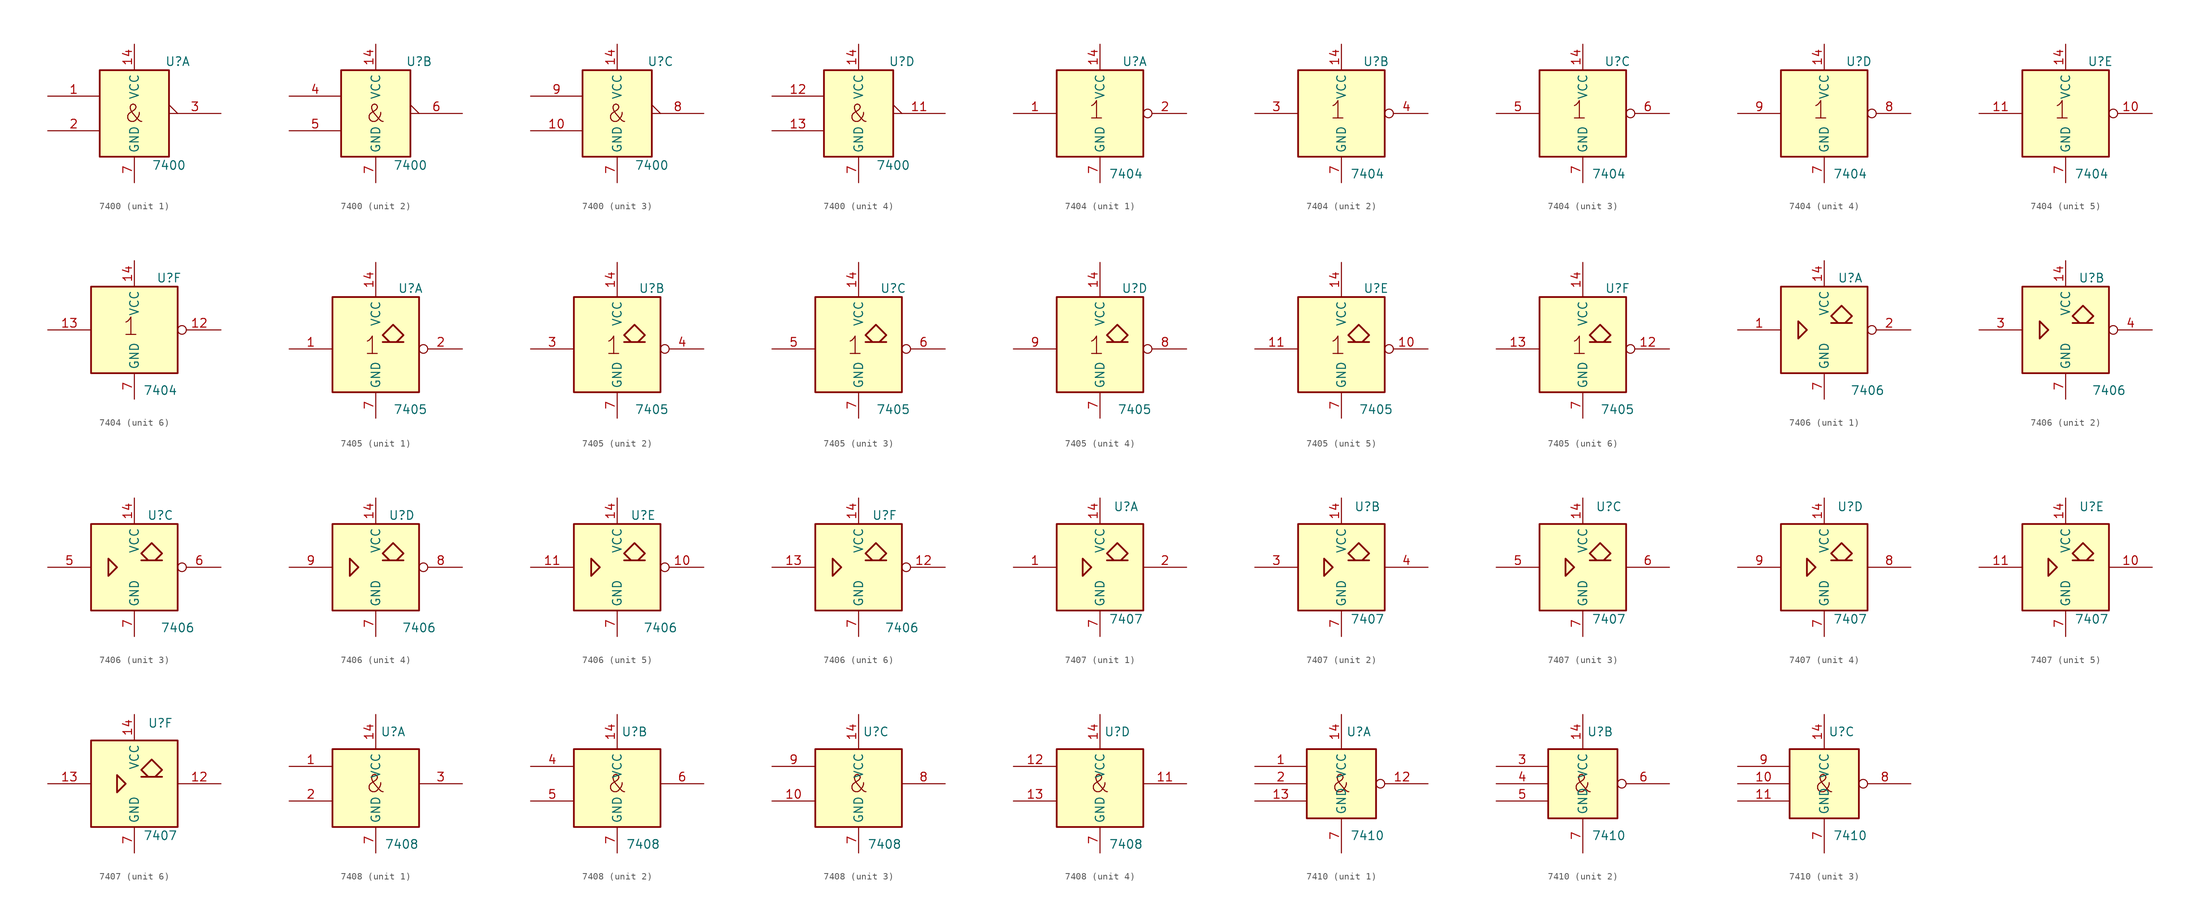
<source format=kicad_sym>
(kicad_symbol_lib
  (version 20241209)
  (generator "kicad_symbol_editor")
  (generator_version "9.0")
  (symbol "7400"
    (property "Reference" "U"
      (at 6.35 7.62 0)
      (effects (font (size 1.27 1.27))))
    (property "Value" "7400"
      (at 5.08 -7.62 0)
      (effects (font (size 1.27 1.27))))
    (symbol "7400_0_0"
      (text "&" (at 0 0 0) (effects (font (size 2.54 2.54)))))
    (symbol "7400_0_1"
      (rectangle (start -5.08 6.35) (end 5.08 -6.35) (stroke (width 0.254) (type default)) (fill (type background)))
      (pin power_in line (at 0 10.16 270) (length 3.81) (name "VCC" (effects (font (size 1.27 1.27)))) (number "14" (effects (font (size 1.27 1.27)))))
      (pin power_in line (at 0 -10.16 90) (length 3.81) (name "GND" (effects (font (size 1.27 1.27)))) (number "7" (effects (font (size 1.27 1.27))))))
    (symbol "7400_1_1"
      (pin input line (at -12.7 2.54 0) (length 7.62) (name "~" (effects (font (size 1.27 1.27)))) (number "1" (effects (font (size 1.27 1.27)))))
      (pin input line (at -12.7 -2.54 0) (length 7.62) (name "~" (effects (font (size 1.27 1.27)))) (number "2" (effects (font (size 1.27 1.27)))))
      (pin output output_low (at 12.7 0 180) (length 7.62) (name "~" (effects (font (size 1.27 1.27)))) (number "3" (effects (font (size 1.27 1.27))))))
    (symbol "7400_2_1"
      (pin input line (at -12.7 2.54 0) (length 7.62) (name "~" (effects (font (size 1.27 1.27)))) (number "4" (effects (font (size 1.27 1.27)))))
      (pin input line (at -12.7 -2.54 0) (length 7.62) (name "~" (effects (font (size 1.27 1.27)))) (number "5" (effects (font (size 1.27 1.27)))))
      (pin output output_low (at 12.7 0 180) (length 7.62) (name "~" (effects (font (size 1.27 1.27)))) (number "6" (effects (font (size 1.27 1.27))))))
    (symbol "7400_3_1"
      (pin input line (at -12.7 2.54 0) (length 7.62) (name "~" (effects (font (size 1.27 1.27)))) (number "9" (effects (font (size 1.27 1.27)))))
      (pin input line (at -12.7 -2.54 0) (length 7.62) (name "~" (effects (font (size 1.27 1.27)))) (number "10" (effects (font (size 1.27 1.27)))))
      (pin output output_low (at 12.7 0 180) (length 7.62) (name "~" (effects (font (size 1.27 1.27)))) (number "8" (effects (font (size 1.27 1.27))))))
    (symbol "7400_4_1"
      (pin input line (at -12.7 2.54 0) (length 7.62) (name "~" (effects (font (size 1.27 1.27)))) (number "12" (effects (font (size 1.27 1.27)))))
      (pin input line (at -12.7 -2.54 0) (length 7.62) (name "~" (effects (font (size 1.27 1.27)))) (number "13" (effects (font (size 1.27 1.27)))))
      (pin output output_low (at 12.7 0 180) (length 7.62) (name "~" (effects (font (size 1.27 1.27)))) (number "11" (effects (font (size 1.27 1.27)))))))
  (symbol "7404"
    (property "Reference" "U"
      (at 5.08 7.62 0)
      (effects (font (size 1.27 1.27))))
    (property "Value" "7404"
      (at 3.81 -8.89 0)
      (effects (font (size 1.27 1.27))))
    (symbol "7404_0_0"
      (text "1" (at -0.508 0.508 0) (effects (font (size 2.54 2.54)))))
    (symbol "7404_0_1"
      (rectangle (start -6.35 6.35) (end 6.35 -6.35) (stroke (width 0.254) (type default)) (fill (type background)))
      (pin power_in line (at 0 10.16 270) (length 3.81) (name "VCC" (effects (font (size 1.27 1.27)))) (number "14" (effects (font (size 1.27 1.27)))))
      (pin power_in line (at 0 -10.16 90) (length 3.81) (name "GND" (effects (font (size 1.27 1.27)))) (number "7" (effects (font (size 1.27 1.27))))))
    (symbol "7404_1_1"
      (pin input line (at -12.7 0 0) (length 6.35) (name "~" (effects (font (size 1.27 1.27)))) (number "1" (effects (font (size 1.27 1.27)))))
      (pin input inverted (at 12.7 0 180) (length 6.35) (name "~" (effects (font (size 1.27 1.27)))) (number "2" (effects (font (size 1.27 1.27))))))
    (symbol "7404_2_1"
      (pin input line (at -12.7 0 0) (length 6.35) (name "~" (effects (font (size 1.27 1.27)))) (number "3" (effects (font (size 1.27 1.27)))))
      (pin input inverted (at 12.7 0 180) (length 6.35) (name "~" (effects (font (size 1.27 1.27)))) (number "4" (effects (font (size 1.27 1.27))))))
    (symbol "7404_3_1"
      (pin input line (at -12.7 0 0) (length 6.35) (name "~" (effects (font (size 1.27 1.27)))) (number "5" (effects (font (size 1.27 1.27)))))
      (pin input inverted (at 12.7 0 180) (length 6.35) (name "~" (effects (font (size 1.27 1.27)))) (number "6" (effects (font (size 1.27 1.27))))))
    (symbol "7404_4_1"
      (pin input line (at -12.7 0 0) (length 6.35) (name "~" (effects (font (size 1.27 1.27)))) (number "9" (effects (font (size 1.27 1.27)))))
      (pin input inverted (at 12.7 0 180) (length 6.35) (name "~" (effects (font (size 1.27 1.27)))) (number "8" (effects (font (size 1.27 1.27))))))
    (symbol "7404_5_1"
      (pin input line (at -12.7 0 0) (length 6.35) (name "~" (effects (font (size 1.27 1.27)))) (number "11" (effects (font (size 1.27 1.27)))))
      (pin input inverted (at 12.7 0 180) (length 6.35) (name "~" (effects (font (size 1.27 1.27)))) (number "10" (effects (font (size 1.27 1.27))))))
    (symbol "7404_6_1"
      (pin input line (at -12.7 0 0) (length 6.35) (name "~" (effects (font (size 1.27 1.27)))) (number "13" (effects (font (size 1.27 1.27)))))
      (pin input inverted (at 12.7 0 180) (length 6.35) (name "~" (effects (font (size 1.27 1.27)))) (number "12" (effects (font (size 1.27 1.27)))))))
  (symbol "7405"
    (property "Reference" "U"
      (at 5.08 8.89 0)
      (effects (font (size 1.27 1.27))))
    (property "Value" "7405"
      (at 5.08 -8.89 0)
      (effects (font (size 1.27 1.27))))
    (symbol "7405_0_0"
      (text "1" (at -0.508 0.508 0) (effects (font (size 2.54 2.54)))))
    (symbol "7405_0_1"
      (rectangle (start -6.35 7.62) (end 6.35 -6.35) (stroke (width 0.254) (type default)) (fill (type background)))
      (polyline (pts (xy 3.048 1.016) (xy 4.064 2.032) (xy 2.54 3.556) (xy 1.016 2.032) (xy 2.032 1.016) (xy 1.016 1.016) (xy 4.064 1.016) (xy 4.064 1.016)) (stroke (width 0.254) (type default)) (fill (type background)))
      (pin power_in line (at 0 12.7 270) (length 5.08) (name "VCC" (effects (font (size 1.27 1.27)))) (number "14" (effects (font (size 1.27 1.27)))))
      (pin power_in line (at 0 -10.16 90) (length 3.81) (name "GND" (effects (font (size 1.27 1.27)))) (number "7" (effects (font (size 1.27 1.27))))))
    (symbol "7405_1_1"
      (pin input line (at -12.7 0 0) (length 6.35) (name "~" (effects (font (size 1.27 1.27)))) (number "1" (effects (font (size 1.27 1.27)))))
      (pin open_collector inverted (at 12.7 0 180) (length 6.35) (name "~" (effects (font (size 1.27 1.27)))) (number "2" (effects (font (size 1.27 1.27))))))
    (symbol "7405_2_1"
      (pin input line (at -12.7 0 0) (length 6.35) (name "~" (effects (font (size 1.27 1.27)))) (number "3" (effects (font (size 1.27 1.27)))))
      (pin open_collector inverted (at 12.7 0 180) (length 6.35) (name "~" (effects (font (size 1.27 1.27)))) (number "4" (effects (font (size 1.27 1.27))))))
    (symbol "7405_3_1"
      (pin input line (at -12.7 0 0) (length 6.35) (name "~" (effects (font (size 1.27 1.27)))) (number "5" (effects (font (size 1.27 1.27)))))
      (pin open_collector inverted (at 12.7 0 180) (length 6.35) (name "~" (effects (font (size 1.27 1.27)))) (number "6" (effects (font (size 1.27 1.27))))))
    (symbol "7405_4_1"
      (pin input line (at -12.7 0 0) (length 6.35) (name "~" (effects (font (size 1.27 1.27)))) (number "9" (effects (font (size 1.27 1.27)))))
      (pin open_collector inverted (at 12.7 0 180) (length 6.35) (name "~" (effects (font (size 1.27 1.27)))) (number "8" (effects (font (size 1.27 1.27))))))
    (symbol "7405_5_1"
      (pin input line (at -12.7 0 0) (length 6.35) (name "~" (effects (font (size 1.27 1.27)))) (number "11" (effects (font (size 1.27 1.27)))))
      (pin open_collector inverted (at 12.7 0 180) (length 6.35) (name "~" (effects (font (size 1.27 1.27)))) (number "10" (effects (font (size 1.27 1.27))))))
    (symbol "7405_6_1"
      (pin input line (at -12.7 0 0) (length 6.35) (name "~" (effects (font (size 1.27 1.27)))) (number "13" (effects (font (size 1.27 1.27)))))
      (pin open_collector inverted (at 12.7 0 180) (length 6.35) (name "~" (effects (font (size 1.27 1.27)))) (number "12" (effects (font (size 1.27 1.27)))))))
  (symbol "7406"
    (property "Reference" "U"
      (at 3.81 7.62 0)
      (effects (font (size 1.27 1.27))))
    (property "Value" "7406"
      (at 6.35 -8.89 0)
      (effects (font (size 1.27 1.27))))
    (symbol "7406_0_0"
      (polyline (pts (xy -3.81 1.27) (xy -3.81 -1.27) (xy -2.54 0) (xy -3.81 1.27) (xy -3.81 1.27)) (stroke (width 0.254) (type default)) (fill (type background)))
      (polyline (pts (xy 3.048 1.016) (xy 4.064 2.032) (xy 2.54 3.556) (xy 1.016 2.032) (xy 2.032 1.016) (xy 1.016 1.016) (xy 4.064 1.016) (xy 4.064 1.016)) (stroke (width 0.254) (type default)) (fill (type background))))
    (symbol "7406_0_1"
      (rectangle (start -6.35 6.35) (end 6.35 -6.35) (stroke (width 0.254) (type default)) (fill (type background)))
      (pin power_in line (at 0 10.16 270) (length 3.81) (name "VCC" (effects (font (size 1.27 1.27)))) (number "14" (effects (font (size 1.27 1.27)))))
      (pin power_in line (at 0 -10.16 90) (length 3.81) (name "GND" (effects (font (size 1.27 1.27)))) (number "7" (effects (font (size 1.27 1.27))))))
    (symbol "7406_1_1"
      (pin input line (at -12.7 0 0) (length 6.35) (name "~" (effects (font (size 1.27 1.27)))) (number "1" (effects (font (size 1.27 1.27)))))
      (pin open_collector inverted (at 12.7 0 180) (length 6.35) (name "~" (effects (font (size 1.27 1.27)))) (number "2" (effects (font (size 1.27 1.27))))))
    (symbol "7406_2_1"
      (pin input line (at -12.7 0 0) (length 6.35) (name "~" (effects (font (size 1.27 1.27)))) (number "3" (effects (font (size 1.27 1.27)))))
      (pin open_collector inverted (at 12.7 0 180) (length 6.35) (name "~" (effects (font (size 1.27 1.27)))) (number "4" (effects (font (size 1.27 1.27))))))
    (symbol "7406_3_1"
      (pin input line (at -12.7 0 0) (length 6.35) (name "~" (effects (font (size 1.27 1.27)))) (number "5" (effects (font (size 1.27 1.27)))))
      (pin open_collector inverted (at 12.7 0 180) (length 6.35) (name "~" (effects (font (size 1.27 1.27)))) (number "6" (effects (font (size 1.27 1.27))))))
    (symbol "7406_4_1"
      (pin input line (at -12.7 0 0) (length 6.35) (name "~" (effects (font (size 1.27 1.27)))) (number "9" (effects (font (size 1.27 1.27)))))
      (pin open_collector inverted (at 12.7 0 180) (length 6.35) (name "~" (effects (font (size 1.27 1.27)))) (number "8" (effects (font (size 1.27 1.27))))))
    (symbol "7406_5_1"
      (pin input line (at -12.7 0 0) (length 6.35) (name "~" (effects (font (size 1.27 1.27)))) (number "11" (effects (font (size 1.27 1.27)))))
      (pin open_collector inverted (at 12.7 0 180) (length 6.35) (name "~" (effects (font (size 1.27 1.27)))) (number "10" (effects (font (size 1.27 1.27))))))
    (symbol "7406_6_1"
      (pin input line (at -12.7 0 0) (length 6.35) (name "~" (effects (font (size 1.27 1.27)))) (number "13" (effects (font (size 1.27 1.27)))))
      (pin open_collector inverted (at 12.7 0 180) (length 6.35) (name "~" (effects (font (size 1.27 1.27)))) (number "12" (effects (font (size 1.27 1.27)))))))
  (symbol "7407"
    (property "Reference" "U"
      (at 3.81 8.89 0)
      (effects (font (size 1.27 1.27))))
    (property "Value" "7407"
      (at 3.81 -7.62 0)
      (effects (font (size 1.27 1.27))))
    (symbol "7407_0_1"
      (rectangle (start -6.35 6.35) (end 6.35 -6.35) (stroke (width 0.254) (type default)) (fill (type background)))
      (polyline (pts (xy -2.54 1.27) (xy -2.54 -1.27) (xy -1.27 0) (xy -2.54 1.27) (xy -2.54 1.27)) (stroke (width 0.254) (type default)) (fill (type background)))
      (polyline (pts (xy 3.048 1.016) (xy 4.064 2.032) (xy 2.54 3.556) (xy 1.016 2.032) (xy 2.032 1.016) (xy 1.016 1.016) (xy 4.064 1.016) (xy 4.064 1.016)) (stroke (width 0.254) (type default)) (fill (type background)))
      (pin power_in line (at 0 10.16 270) (length 3.81) (name "VCC" (effects (font (size 1.27 1.27)))) (number "14" (effects (font (size 1.27 1.27)))))
      (pin power_in line (at 0 -10.16 90) (length 3.81) (name "GND" (effects (font (size 1.27 1.27)))) (number "7" (effects (font (size 1.27 1.27))))))
    (symbol "7407_1_1"
      (pin input line (at -12.7 0 0) (length 6.35) (name "~" (effects (font (size 1.27 1.27)))) (number "1" (effects (font (size 1.27 1.27)))))
      (pin open_collector line (at 12.7 0 180) (length 6.35) (name "~" (effects (font (size 1.27 1.27)))) (number "2" (effects (font (size 1.27 1.27))))))
    (symbol "7407_2_1"
      (pin input line (at -12.7 0 0) (length 6.35) (name "~" (effects (font (size 1.27 1.27)))) (number "3" (effects (font (size 1.27 1.27)))))
      (pin open_collector line (at 12.7 0 180) (length 6.35) (name "~" (effects (font (size 1.27 1.27)))) (number "4" (effects (font (size 1.27 1.27))))))
    (symbol "7407_3_1"
      (pin input line (at -12.7 0 0) (length 6.35) (name "~" (effects (font (size 1.27 1.27)))) (number "5" (effects (font (size 1.27 1.27)))))
      (pin open_collector line (at 12.7 0 180) (length 6.35) (name "~" (effects (font (size 1.27 1.27)))) (number "6" (effects (font (size 1.27 1.27))))))
    (symbol "7407_4_1"
      (pin input line (at -12.7 0 0) (length 6.35) (name "~" (effects (font (size 1.27 1.27)))) (number "9" (effects (font (size 1.27 1.27)))))
      (pin open_collector line (at 12.7 0 180) (length 6.35) (name "~" (effects (font (size 1.27 1.27)))) (number "8" (effects (font (size 1.27 1.27))))))
    (symbol "7407_5_1"
      (pin input line (at -12.7 0 0) (length 6.35) (name "~" (effects (font (size 1.27 1.27)))) (number "11" (effects (font (size 1.27 1.27)))))
      (pin open_collector line (at 12.7 0 180) (length 6.35) (name "~" (effects (font (size 1.27 1.27)))) (number "10" (effects (font (size 1.27 1.27))))))
    (symbol "7407_6_1"
      (pin input line (at -12.7 0 0) (length 6.35) (name "~" (effects (font (size 1.27 1.27)))) (number "13" (effects (font (size 1.27 1.27)))))
      (pin open_collector line (at 12.7 0 180) (length 6.35) (name "~" (effects (font (size 1.27 1.27)))) (number "12" (effects (font (size 1.27 1.27)))))))
  (symbol "7408"
    (property "Reference" "U"
      (at 2.54 7.62 0)
      (effects (font (size 1.27 1.27))))
    (property "Value" "7408"
      (at 3.81 -8.89 0)
      (effects (font (size 1.27 1.27))))
    (symbol "7408_0_1"
      (rectangle (start -6.35 5.08) (end 6.35 -6.35) (stroke (width 0.254) (type default)) (fill (type background)))
      (text "&" (at 0 0 0) (effects (font (size 2.54 2.54))))
      (pin power_in line (at 0 10.16 270) (length 5.08) (name "VCC" (effects (font (size 1.27 1.27)))) (number "14" (effects (font (size 1.27 1.27)))))
      (pin power_in line (at 0 -10.16 90) (length 3.81) (name "GND" (effects (font (size 1.27 1.27)))) (number "7" (effects (font (size 1.27 1.27))))))
    (symbol "7408_1_1"
      (pin input line (at -12.7 2.54 0) (length 6.35) (name "~" (effects (font (size 1.27 1.27)))) (number "1" (effects (font (size 1.27 1.27)))))
      (pin input line (at -12.7 -2.54 0) (length 6.35) (name "~" (effects (font (size 1.27 1.27)))) (number "2" (effects (font (size 1.27 1.27)))))
      (pin output line (at 12.7 0 180) (length 6.35) (name "~" (effects (font (size 1.27 1.27)))) (number "3" (effects (font (size 1.27 1.27))))))
    (symbol "7408_2_1"
      (pin input line (at -12.7 2.54 0) (length 6.35) (name "~" (effects (font (size 1.27 1.27)))) (number "4" (effects (font (size 1.27 1.27)))))
      (pin input line (at -12.7 -2.54 0) (length 6.35) (name "~" (effects (font (size 1.27 1.27)))) (number "5" (effects (font (size 1.27 1.27)))))
      (pin input line (at 12.7 0 180) (length 6.35) (name "~" (effects (font (size 1.27 1.27)))) (number "6" (effects (font (size 1.27 1.27))))))
    (symbol "7408_3_1"
      (pin input line (at -12.7 2.54 0) (length 6.35) (name "~" (effects (font (size 1.27 1.27)))) (number "9" (effects (font (size 1.27 1.27)))))
      (pin input line (at -12.7 -2.54 0) (length 6.35) (name "~" (effects (font (size 1.27 1.27)))) (number "10" (effects (font (size 1.27 1.27)))))
      (pin input line (at 12.7 0 180) (length 6.35) (name "~" (effects (font (size 1.27 1.27)))) (number "8" (effects (font (size 1.27 1.27))))))
    (symbol "7408_4_1"
      (pin input line (at -12.7 2.54 0) (length 6.35) (name "~" (effects (font (size 1.27 1.27)))) (number "12" (effects (font (size 1.27 1.27)))))
      (pin input line (at -12.7 -2.54 0) (length 6.35) (name "~" (effects (font (size 1.27 1.27)))) (number "13" (effects (font (size 1.27 1.27)))))
      (pin input line (at 12.7 0 180) (length 6.35) (name "~" (effects (font (size 1.27 1.27)))) (number "11" (effects (font (size 1.27 1.27)))))))
  (symbol "7410"
    (property "Reference" "U"
      (at 2.54 7.62 0)
      (effects (font (size 1.27 1.27))))
    (property "Value" "7410"
      (at 3.81 -7.62 0)
      (effects (font (size 1.27 1.27))))
    (symbol "7410_0_0"
      (text "&" (at 0 0 0) (effects (font (size 2.54 2.54)))))
    (symbol "7410_0_1"
      (rectangle (start -5.08 5.08) (end 5.08 -5.08) (stroke (width 0.254) (type default)) (fill (type background)))
      (pin power_in line (at 0 10.16 270) (length 5.08) (name "VCC" (effects (font (size 1.27 1.27)))) (number "14" (effects (font (size 1.27 1.27)))))
      (pin power_in line (at 0 -10.16 90) (length 5.08) (name "GND" (effects (font (size 1.27 1.27)))) (number "7" (effects (font (size 1.27 1.27))))))
    (symbol "7410_1_1"
      (pin input line (at -12.7 2.54 0) (length 7.62) (name "~" (effects (font (size 1.27 1.27)))) (number "1" (effects (font (size 1.27 1.27)))))
      (pin input line (at -12.7 0 0) (length 7.62) (name "~" (effects (font (size 1.27 1.27)))) (number "2" (effects (font (size 1.27 1.27)))))
      (pin input line (at -12.7 -2.54 0) (length 7.62) (name "~" (effects (font (size 1.27 1.27)))) (number "13" (effects (font (size 1.27 1.27)))))
      (pin output inverted (at 12.7 0 180) (length 7.62) (name "~" (effects (font (size 1.27 1.27)))) (number "12" (effects (font (size 1.27 1.27))))))
    (symbol "7410_2_1"
      (pin input line (at -12.7 2.54 0) (length 7.62) (name "~" (effects (font (size 1.27 1.27)))) (number "3" (effects (font (size 1.27 1.27)))))
      (pin input line (at -12.7 0 0) (length 7.62) (name "~" (effects (font (size 1.27 1.27)))) (number "4" (effects (font (size 1.27 1.27)))))
      (pin input line (at -12.7 -2.54 0) (length 7.62) (name "~" (effects (font (size 1.27 1.27)))) (number "5" (effects (font (size 1.27 1.27)))))
      (pin output inverted (at 12.7 0 180) (length 7.62) (name "~" (effects (font (size 1.27 1.27)))) (number "6" (effects (font (size 1.27 1.27))))))
    (symbol "7410_3_1"
      (pin input line (at -12.7 2.54 0) (length 7.62) (name "~" (effects (font (size 1.27 1.27)))) (number "9" (effects (font (size 1.27 1.27)))))
      (pin input line (at -12.7 0 0) (length 7.62) (name "~" (effects (font (size 1.27 1.27)))) (number "10" (effects (font (size 1.27 1.27)))))
      (pin input line (at -12.7 -2.54 0) (length 7.62) (name "~" (effects (font (size 1.27 1.27)))) (number "11" (effects (font (size 1.27 1.27)))))
      (pin output inverted (at 12.7 0 180) (length 7.62) (name "~" (effects (font (size 1.27 1.27)))) (number "8" (effects (font (size 1.27 1.27))))))))
</source>
